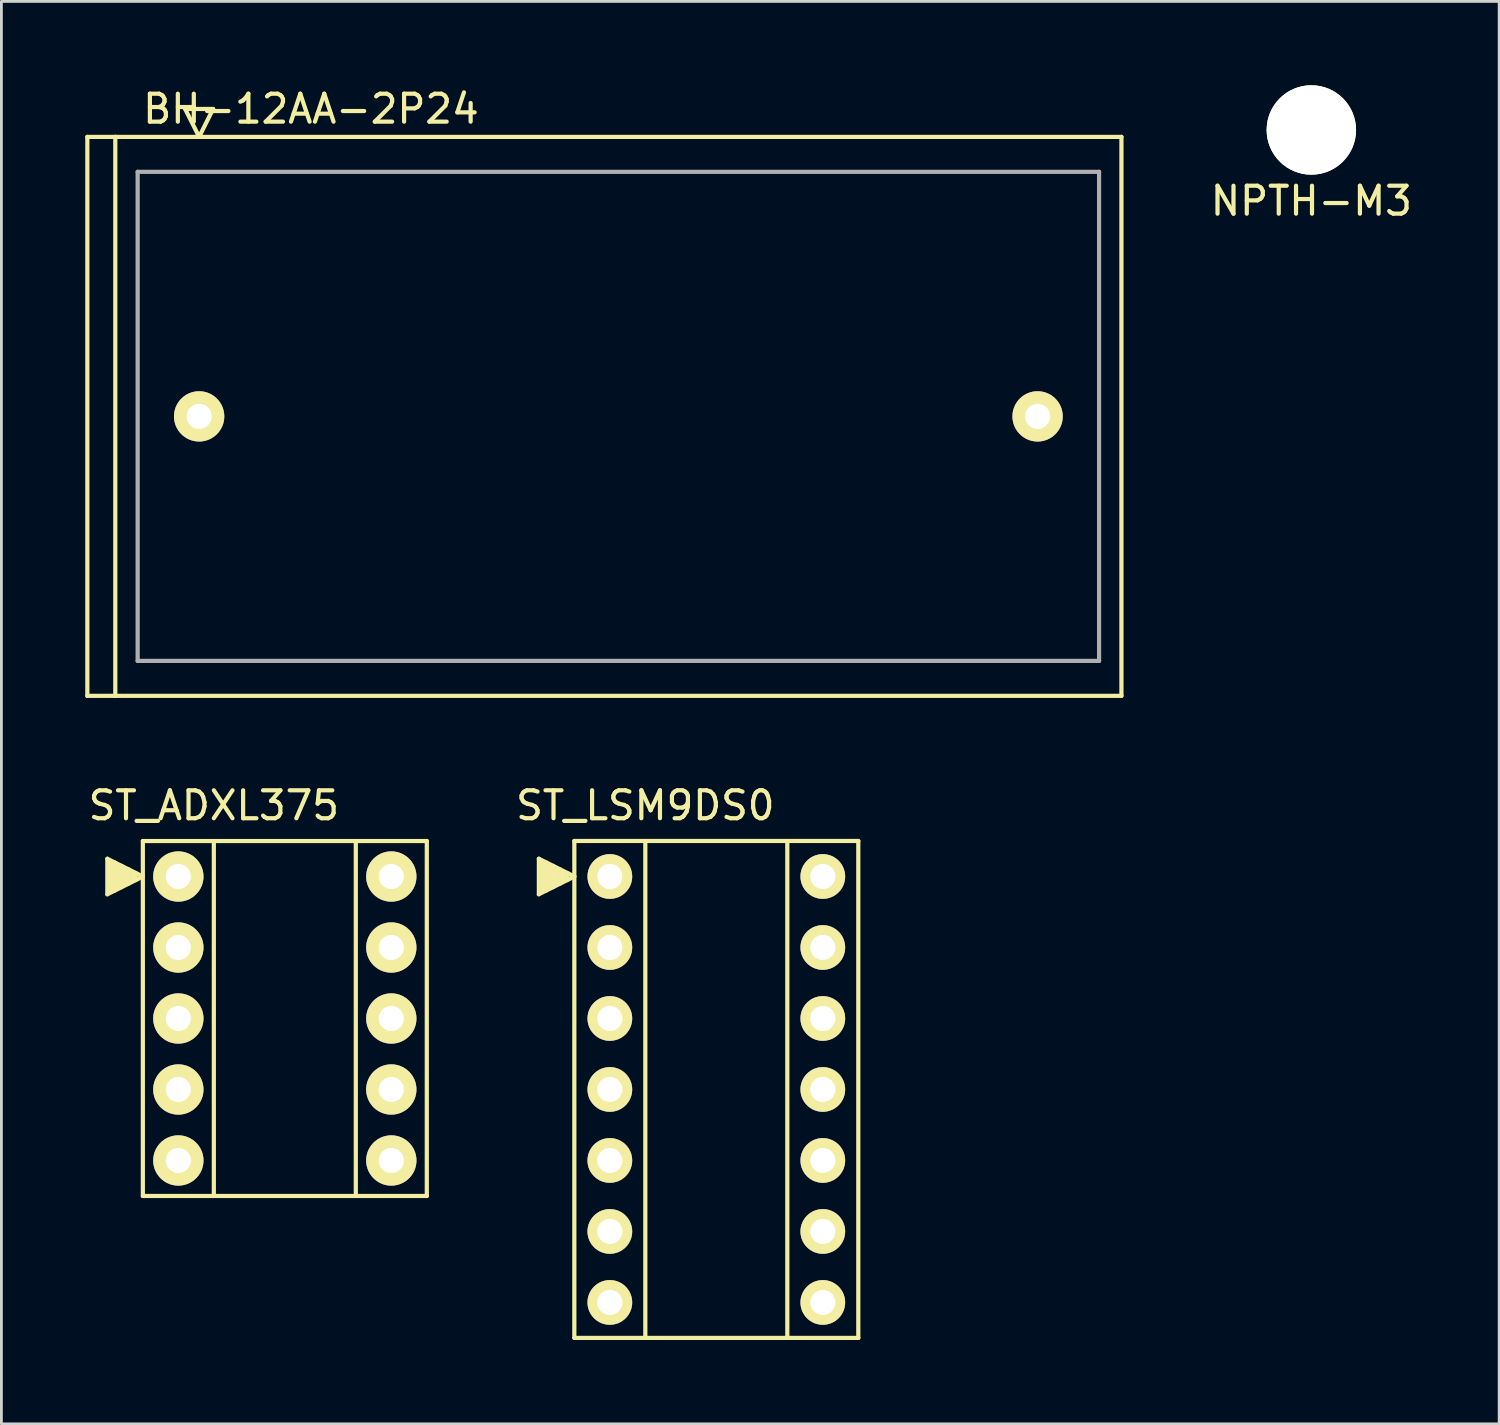
<source format=kicad_pcb>
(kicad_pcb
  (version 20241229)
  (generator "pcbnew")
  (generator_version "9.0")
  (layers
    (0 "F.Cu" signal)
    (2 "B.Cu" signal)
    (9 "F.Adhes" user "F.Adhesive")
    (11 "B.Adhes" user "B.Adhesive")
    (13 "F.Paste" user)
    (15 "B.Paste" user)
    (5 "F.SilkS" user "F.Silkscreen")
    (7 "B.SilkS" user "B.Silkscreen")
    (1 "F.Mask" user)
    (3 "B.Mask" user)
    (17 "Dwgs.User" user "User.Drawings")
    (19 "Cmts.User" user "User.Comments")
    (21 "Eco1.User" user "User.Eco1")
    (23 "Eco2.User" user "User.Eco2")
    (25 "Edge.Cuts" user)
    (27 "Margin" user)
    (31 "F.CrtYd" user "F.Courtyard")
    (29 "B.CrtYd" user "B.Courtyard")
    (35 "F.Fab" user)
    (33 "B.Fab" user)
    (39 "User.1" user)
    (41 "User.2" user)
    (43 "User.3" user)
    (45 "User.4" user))
  (footprint "ST_ADXL375"
    (layer "F.Cu")
    (at 7.141 33.392)
    (property "Reference" "ST_ADXL375" (at -2.54 -7.62 0) (layer "F.SilkS") (effects (font (size 1 1) (thickness 0.15))))
    (attr through_hole)
    (fp_line (start -6.35 -5.715) (end -6.35 -4.445) (stroke (width 0.15) (type solid)) (layer "F.SilkS"))
    (fp_line (start -6.35 -4.445) (end -5.08 -5.08) (stroke (width 0.15) (type solid)) (layer "F.SilkS"))
    (fp_line (start -6.223 -5.588) (end -6.223 -4.572) (stroke (width 0.15) (type solid)) (layer "F.SilkS"))
    (fp_line (start -6.096 -4.572) (end -6.096 -5.588) (stroke (width 0.15) (type solid)) (layer "F.SilkS"))
    (fp_line (start -5.969 -5.461) (end -5.969 -4.699) (stroke (width 0.15) (type solid)) (layer "F.SilkS"))
    (fp_line (start -5.842 -4.699) (end -5.842 -5.461) (stroke (width 0.15) (type solid)) (layer "F.SilkS"))
    (fp_line (start -5.715 -5.334) (end -5.715 -4.826) (stroke (width 0.15) (type solid)) (layer "F.SilkS"))
    (fp_line (start -5.588 -4.826) (end -5.588 -5.334) (stroke (width 0.15) (type solid)) (layer "F.SilkS"))
    (fp_line (start -5.461 -5.207) (end -5.461 -4.953) (stroke (width 0.15) (type solid)) (layer "F.SilkS"))
    (fp_line (start -5.334 -4.953) (end -5.334 -5.207) (stroke (width 0.15) (type solid)) (layer "F.SilkS"))
    (fp_line (start -5.08 -6.35) (end -5.08 6.35) (stroke (width 0.15) (type solid)) (layer "F.SilkS"))
    (fp_line (start -5.08 -5.08) (end -6.35 -5.715) (stroke (width 0.15) (type solid)) (layer "F.SilkS"))
    (fp_line (start -5.08 6.35) (end 5.08 6.35) (stroke (width 0.15) (type solid)) (layer "F.SilkS"))
    (fp_line (start -2.54 -6.35) (end -2.54 6.35) (stroke (width 0.15) (type solid)) (layer "F.SilkS"))
    (fp_line (start 2.54 6.35) (end 2.54 -6.35) (stroke (width 0.15) (type solid)) (layer "F.SilkS"))
    (fp_line (start 5.08 -6.35) (end -5.08 -6.35) (stroke (width 0.15) (type solid)) (layer "F.SilkS"))
    (fp_line (start 5.08 6.35) (end 5.08 -6.35) (stroke (width 0.15) (type solid)) (layer "F.SilkS"))
    (pad "1" thru_hole circle (at -3.81 -5.08) (size 1.8 1.8) (drill 0.9) (layers "*.Cu" "*.Mask" "F.SilkS"))
    (pad "2" thru_hole circle (at -3.81 -2.54) (size 1.8 1.8) (drill 0.9) (layers "*.Cu" "*.Mask" "F.SilkS"))
    (pad "3" thru_hole circle (at -3.81 0) (size 1.8 1.8) (drill 0.9) (layers "*.Cu" "*.Mask" "F.SilkS"))
    (pad "4" thru_hole circle (at -3.81 2.54) (size 1.8 1.8) (drill 0.9) (layers "*.Cu" "*.Mask" "F.SilkS"))
    (pad "5" thru_hole circle (at -3.81 5.08) (size 1.8 1.8) (drill 0.9) (layers "*.Cu" "*.Mask" "F.SilkS"))
    (pad "6" thru_hole circle (at 3.81 5.08) (size 1.8 1.8) (drill 0.9) (layers "*.Cu" "*.Mask" "F.SilkS"))
    (pad "7" thru_hole circle (at 3.81 2.54) (size 1.8 1.8) (drill 0.9) (layers "*.Cu" "*.Mask" "F.SilkS"))
    (pad "8" thru_hole circle (at 3.81 0) (size 1.8 1.8) (drill 0.9) (layers "*.Cu" "*.Mask" "F.SilkS"))
    (pad "9" thru_hole circle (at 3.81 -2.54) (size 1.8 1.8) (drill 0.9) (layers "*.Cu" "*.Mask" "F.SilkS"))
    (pad "10" thru_hole circle (at 3.81 -5.08) (size 1.8 1.8) (drill 0.9) (layers "*.Cu" "*.Mask" "F.SilkS")))
  (footprint "BH-12AA-2P24"
    (layer "F.Cu")
    (at 19.075 11.848)
    (property "Reference" "BH-12AA-2P24" (at -11 -11 0) (layer "F.SilkS") (effects (font (size 1 1) (thickness 0.15))))
    (attr through_hole)
    (fp_line (start -19 -10) (end -19 10) (stroke (width 0.15) (type solid)) (layer "F.SilkS"))
    (fp_line (start -19 10) (end -18 10) (stroke (width 0.15) (type solid)) (layer "F.SilkS"))
    (fp_line (start -18 -10) (end -19 -10) (stroke (width 0.15) (type solid)) (layer "F.SilkS"))
    (fp_line (start -18 -10) (end 18 -10) (stroke (width 0.15) (type solid)) (layer "F.SilkS"))
    (fp_line (start -18 10) (end -18 -10) (stroke (width 0.15) (type solid)) (layer "F.SilkS"))
    (fp_line (start -15.5 -11) (end -14.5 -11) (stroke (width 0.15) (type solid)) (layer "F.SilkS"))
    (fp_line (start -15 -10) (end -15.5 -11) (stroke (width 0.15) (type solid)) (layer "F.SilkS"))
    (fp_line (start -14.5 -11) (end -15 -10) (stroke (width 0.15) (type solid)) (layer "F.SilkS"))
    (fp_line (start 18 -10) (end 18 10) (stroke (width 0.15) (type solid)) (layer "F.SilkS"))
    (fp_line (start 18 10) (end -18 10) (stroke (width 0.15) (type solid)) (layer "F.SilkS"))
    (fp_line (start -17.2 -8.75) (end -17.2 8.75) (stroke (width 0.15) (type solid)) (layer "F.Fab"))
    (fp_line (start -17.2 -8.75) (end 17.2 -8.75) (stroke (width 0.15) (type solid)) (layer "F.Fab"))
    (fp_line (start -17.2 8.75) (end 17.2 8.75) (stroke (width 0.15) (type solid)) (layer "F.Fab"))
    (fp_line (start 17.2 -8.75) (end 17.2 8.75) (stroke (width 0.15) (type solid)) (layer "F.Fab"))
    (pad "1" thru_hole circle (at -15 0) (size 1.8 1.8) (drill 0.9) (layers "*.Cu" "*.Mask" "F.SilkS"))
    (pad "2" thru_hole circle (at 15 0) (size 1.8 1.8) (drill 0.9) (layers "*.Cu" "*.Mask" "F.SilkS")))
  (footprint "NPTH-M3"
    (layer "F.Cu")
    (at 43.87 1.6)
    (property "Reference" "NPTH-M3" (at 0 2.54 0) (layer "F.SilkS") (effects (font (size 1 1) (thickness 0.15))))
    (attr through_hole)
    (pad "" np_thru_hole circle (at 0 0) (size 3.2 3.2) (drill 3.2) (layers "*.Cu" "*.Mask" "F.SilkS")))
  (footprint "ST_LSM9DS0"
    (layer "F.Cu")
    (at 22.58 35.931)
    (property "Reference" "ST_LSM9DS0" (at -2.54 -10.16 0) (layer "F.SilkS") (effects (font (size 1 1) (thickness 0.15))))
    (attr through_hole)
    (fp_line (start -6.35 -8.255) (end -6.35 -6.985) (stroke (width 0.15) (type solid)) (layer "F.SilkS"))
    (fp_line (start -6.35 -6.985) (end -5.08 -7.62) (stroke (width 0.15) (type solid)) (layer "F.SilkS"))
    (fp_line (start -6.223 -8.128) (end -6.223 -7.112) (stroke (width 0.15) (type solid)) (layer "F.SilkS"))
    (fp_line (start -6.096 -7.112) (end -6.096 -8.128) (stroke (width 0.15) (type solid)) (layer "F.SilkS"))
    (fp_line (start -5.969 -8.001) (end -5.969 -7.239) (stroke (width 0.15) (type solid)) (layer "F.SilkS"))
    (fp_line (start -5.842 -7.239) (end -5.842 -8.001) (stroke (width 0.15) (type solid)) (layer "F.SilkS"))
    (fp_line (start -5.715 -7.874) (end -5.715 -7.366) (stroke (width 0.15) (type solid)) (layer "F.SilkS"))
    (fp_line (start -5.588 -7.366) (end -5.588 -7.874) (stroke (width 0.15) (type solid)) (layer "F.SilkS"))
    (fp_line (start -5.461 -7.747) (end -5.461 -7.493) (stroke (width 0.15) (type solid)) (layer "F.SilkS"))
    (fp_line (start -5.334 -7.493) (end -5.334 -7.747) (stroke (width 0.15) (type solid)) (layer "F.SilkS"))
    (fp_line (start -5.08 -8.89) (end -5.08 8.89) (stroke (width 0.15) (type solid)) (layer "F.SilkS"))
    (fp_line (start -5.08 -7.62) (end -6.35 -8.255) (stroke (width 0.15) (type solid)) (layer "F.SilkS"))
    (fp_line (start -5.08 8.89) (end 5.08 8.89) (stroke (width 0.15) (type solid)) (layer "F.SilkS"))
    (fp_line (start -2.54 -8.89) (end -2.54 8.89) (stroke (width 0.15) (type solid)) (layer "F.SilkS"))
    (fp_line (start 2.54 8.89) (end 2.54 -8.89) (stroke (width 0.15) (type solid)) (layer "F.SilkS"))
    (fp_line (start 5.08 -8.89) (end -5.08 -8.89) (stroke (width 0.15) (type solid)) (layer "F.SilkS"))
    (fp_line (start 5.08 8.89) (end 5.08 -8.89) (stroke (width 0.15) (type solid)) (layer "F.SilkS"))
    (pad "1" thru_hole circle (at -3.81 -7.62) (size 1.6 1.6) (drill 0.9) (layers "*.Cu" "*.Mask" "F.SilkS"))
    (pad "2" thru_hole circle (at -3.81 -5.08) (size 1.6 1.6) (drill 0.9) (layers "*.Cu" "*.Mask" "F.SilkS"))
    (pad "3" thru_hole circle (at -3.81 -2.54) (size 1.6 1.6) (drill 0.9) (layers "*.Cu" "*.Mask" "F.SilkS"))
    (pad "4" thru_hole circle (at -3.81 0) (size 1.6 1.6) (drill 0.9) (layers "*.Cu" "*.Mask" "F.SilkS"))
    (pad "5" thru_hole circle (at -3.81 2.54) (size 1.6 1.6) (drill 0.9) (layers "*.Cu" "*.Mask" "F.SilkS"))
    (pad "6" thru_hole circle (at -3.81 5.08) (size 1.6 1.6) (drill 0.9) (layers "*.Cu" "*.Mask" "F.SilkS"))
    (pad "7" thru_hole circle (at -3.81 7.62) (size 1.6 1.6) (drill 0.9) (layers "*.Cu" "*.Mask" "F.SilkS"))
    (pad "8" thru_hole circle (at 3.81 7.62) (size 1.6 1.6) (drill 0.9) (layers "*.Cu" "*.Mask" "F.SilkS"))
    (pad "9" thru_hole circle (at 3.81 5.08) (size 1.6 1.6) (drill 0.9) (layers "*.Cu" "*.Mask" "F.SilkS"))
    (pad "10" thru_hole circle (at 3.81 2.54) (size 1.6 1.6) (drill 0.9) (layers "*.Cu" "*.Mask" "F.SilkS"))
    (pad "11" thru_hole circle (at 3.81 0) (size 1.6 1.6) (drill 0.9) (layers "*.Cu" "*.Mask" "F.SilkS"))
    (pad "12" thru_hole circle (at 3.81 -2.54) (size 1.6 1.6) (drill 0.9) (layers "*.Cu" "*.Mask" "F.SilkS"))
    (pad "13" thru_hole circle (at 3.81 -5.08) (size 1.6 1.6) (drill 0.9) (layers "*.Cu" "*.Mask" "F.SilkS"))
    (pad "14" thru_hole circle (at 3.81 -7.62) (size 1.6 1.6) (drill 0.9) (layers "*.Cu" "*.Mask" "F.SilkS")))
  (gr_rect
    (start -3 -3)
    (end 50.59 47.897)
    (stroke (width 0.1) (type default))
    (fill no)
    (layer "Edge.Cuts")))
</source>
